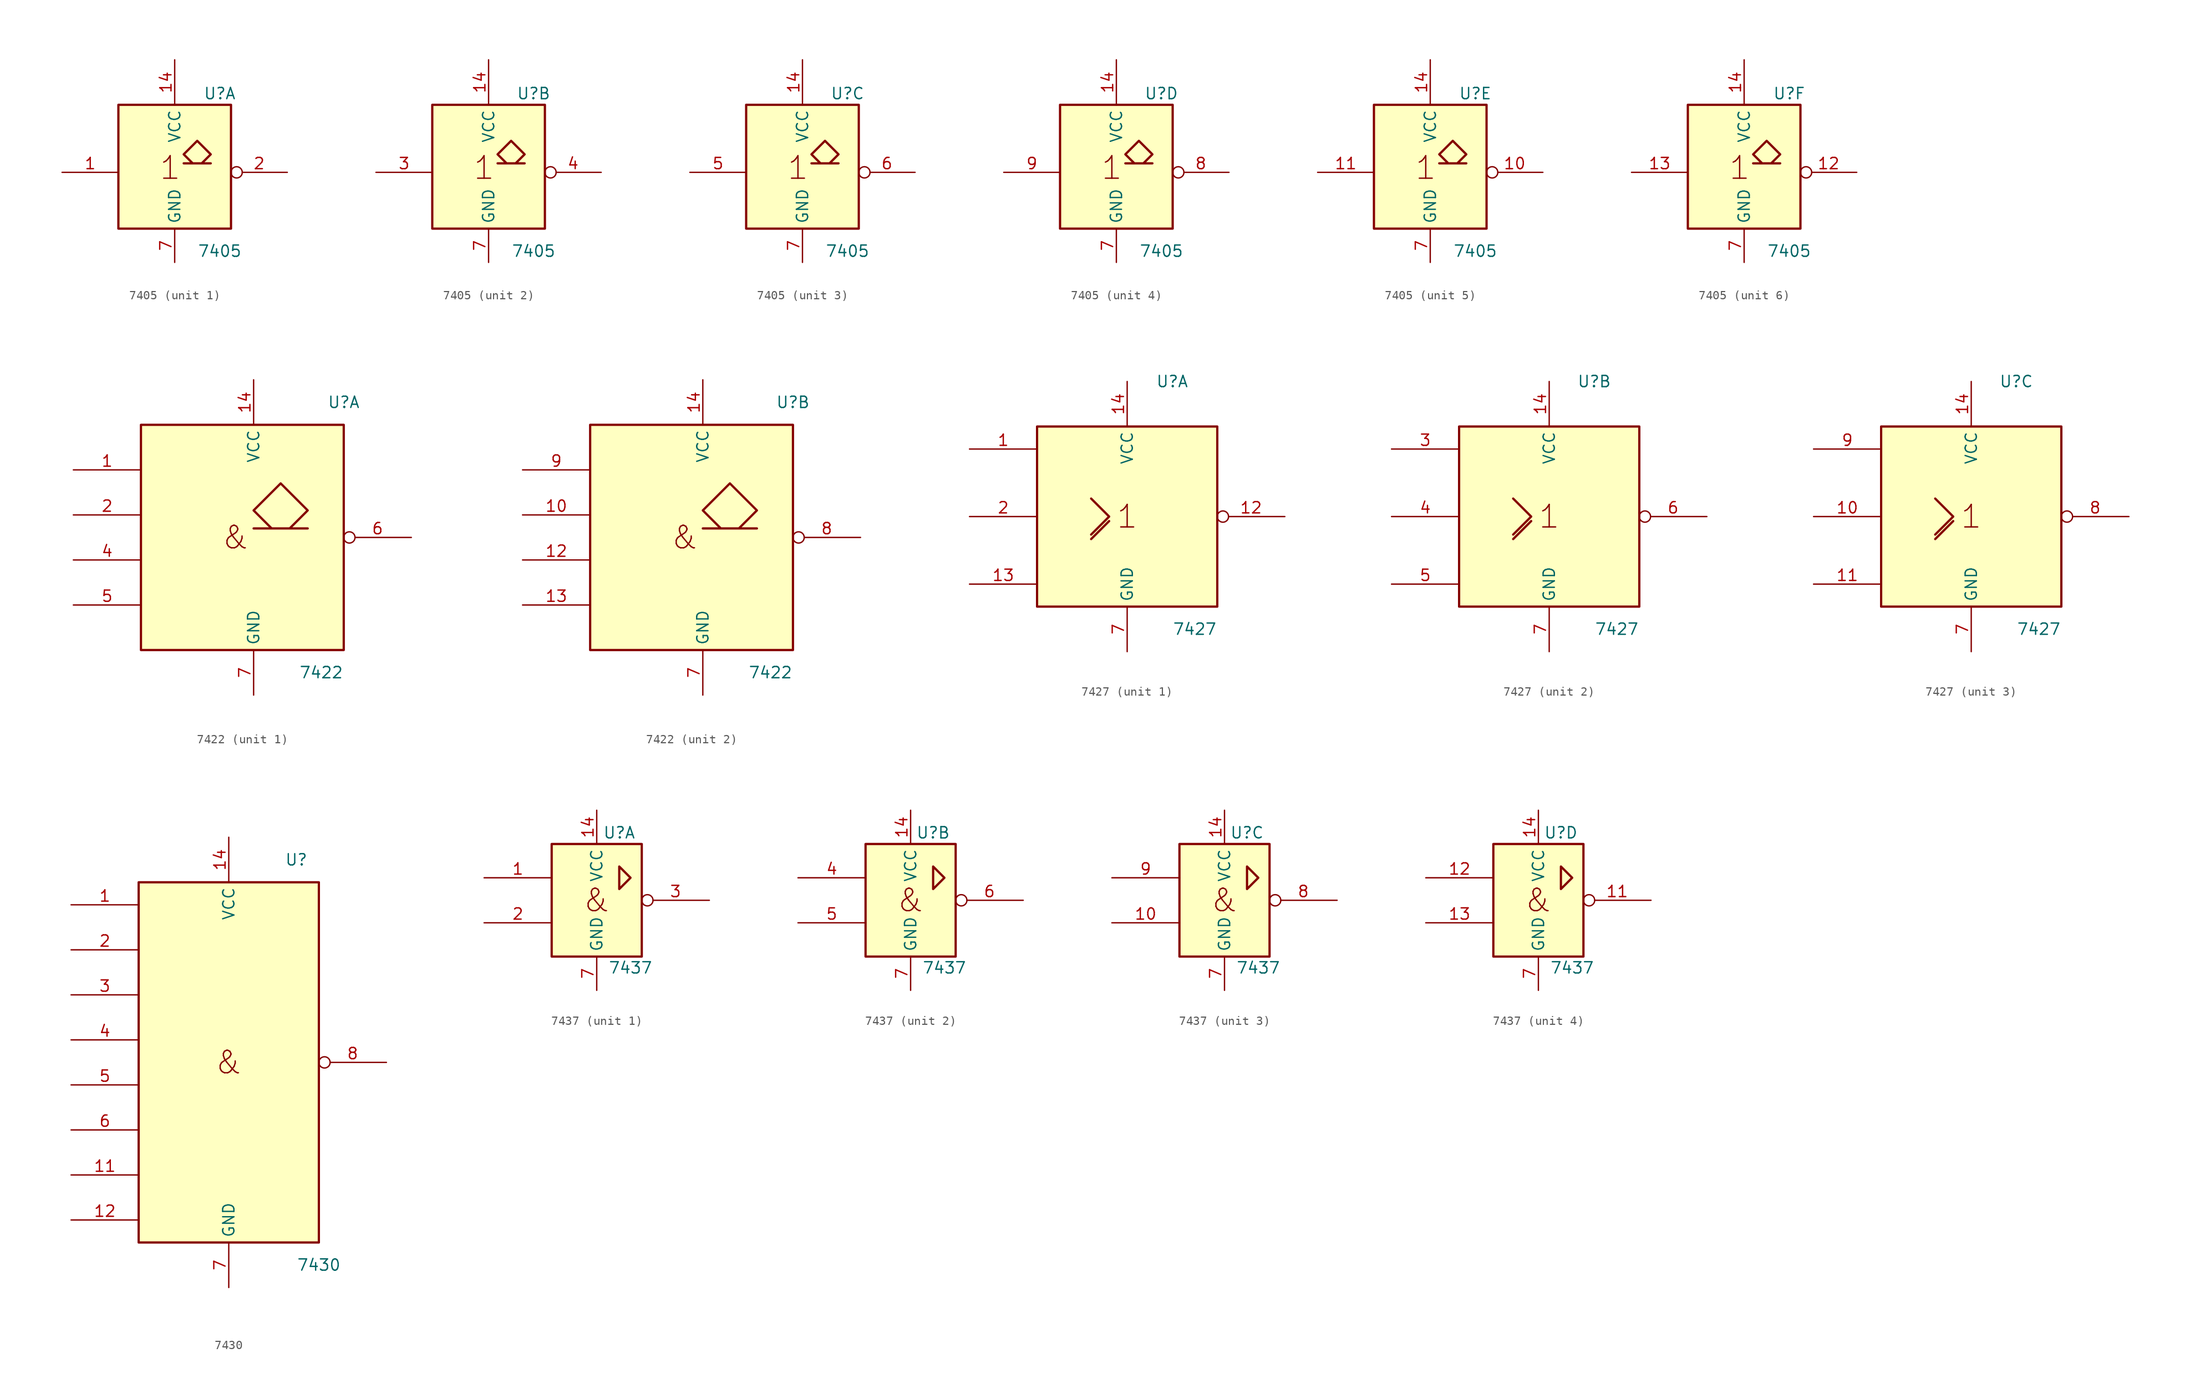
<source format=kicad_sym>
(kicad_symbol_lib
  (version 20220914)
  (generator kicad_symbol_editor)
  (symbol "7405"
    (property "Reference" "U"
      (at 5.08 8.89 0)
      (effects (font (size 1.27 1.27))))
    (property "Value" "7405"
      (at 5.08 -8.89 0)
      (effects (font (size 1.27 1.27))))
    (symbol "7405_0_0"
      (text "1" (at -0.508 0.508 0) (effects (font (size 2.54 2.54)))))
    (symbol "7405_0_1"
      (rectangle (start -6.35 7.62) (end 6.35 -6.35) (stroke (width 0.254) (type default)) (fill (type background)))
      (polyline (pts (xy 3.048 1.016) (xy 4.064 2.032) (xy 2.54 3.556) (xy 1.016 2.032) (xy 2.032 1.016) (xy 1.016 1.016) (xy 4.064 1.016) (xy 4.064 1.016)) (stroke (width 0.254) (type default)) (fill (type background)))
      (pin power_in line (at 0 12.7 270) (length 5.08) (name "VCC" (effects (font (size 1.27 1.27)))) (number "14" (effects (font (size 1.27 1.27)))))
      (pin power_in line (at 0 -10.16 90) (length 3.81) (name "GND" (effects (font (size 1.27 1.27)))) (number "7" (effects (font (size 1.27 1.27))))))
    (symbol "7405_1_1"
      (pin input line (at -12.7 0 0) (length 6.35) (name "~" (effects (font (size 1.27 1.27)))) (number "1" (effects (font (size 1.27 1.27)))))
      (pin open_collector inverted (at 12.7 0 180) (length 6.35) (name "~" (effects (font (size 1.27 1.27)))) (number "2" (effects (font (size 1.27 1.27))))))
    (symbol "7405_2_1"
      (pin input line (at -12.7 0 0) (length 6.35) (name "~" (effects (font (size 1.27 1.27)))) (number "3" (effects (font (size 1.27 1.27)))))
      (pin open_collector inverted (at 12.7 0 180) (length 6.35) (name "~" (effects (font (size 1.27 1.27)))) (number "4" (effects (font (size 1.27 1.27))))))
    (symbol "7405_3_1"
      (pin input line (at -12.7 0 0) (length 6.35) (name "~" (effects (font (size 1.27 1.27)))) (number "5" (effects (font (size 1.27 1.27)))))
      (pin open_collector inverted (at 12.7 0 180) (length 6.35) (name "~" (effects (font (size 1.27 1.27)))) (number "6" (effects (font (size 1.27 1.27))))))
    (symbol "7405_4_1"
      (pin open_collector inverted (at 12.7 0 180) (length 6.35) (name "~" (effects (font (size 1.27 1.27)))) (number "8" (effects (font (size 1.27 1.27)))))
      (pin input line (at -12.7 0 0) (length 6.35) (name "~" (effects (font (size 1.27 1.27)))) (number "9" (effects (font (size 1.27 1.27))))))
    (symbol "7405_5_1"
      (pin open_collector inverted (at 12.7 0 180) (length 6.35) (name "~" (effects (font (size 1.27 1.27)))) (number "10" (effects (font (size 1.27 1.27)))))
      (pin input line (at -12.7 0 0) (length 6.35) (name "~" (effects (font (size 1.27 1.27)))) (number "11" (effects (font (size 1.27 1.27))))))
    (symbol "7405_6_1"
      (pin open_collector inverted (at 12.7 0 180) (length 6.35) (name "~" (effects (font (size 1.27 1.27)))) (number "12" (effects (font (size 1.27 1.27)))))
      (pin input line (at -12.7 0 0) (length 6.35) (name "~" (effects (font (size 1.27 1.27)))) (number "13" (effects (font (size 1.27 1.27)))))))
  (symbol "7422"
    (property "Reference" "U"
      (at 10.16 15.24 0)
      (effects (font (size 1.27 1.27))))
    (property "Value" "7422"
      (at 7.62 -15.24 0)
      (effects (font (size 1.27 1.27))))
    (symbol "7422_0_0"
      (text "&" (at -2.032 0 0) (effects (font (size 2.54 2.54)))))
    (symbol "7422_0_1"
      (rectangle (start -12.7 12.7) (end 10.16 -12.7) (stroke (width 0.254) (type default)) (fill (type background)))
      (polyline (pts (xy 4.064 1.016) (xy 6.096 3.048) (xy 3.048 6.096) (xy 0 3.048) (xy 2.032 1.016) (xy 0 1.016) (xy 6.096 1.016) (xy 6.096 1.016)) (stroke (width 0.254) (type default)) (fill (type background)))
      (pin power_in line (at 0 17.78 270) (length 5.08) (name "VCC" (effects (font (size 1.27 1.27)))) (number "14" (effects (font (size 1.27 1.27)))))
      (pin power_in line (at 0 -17.78 90) (length 5.08) (name "GND" (effects (font (size 1.27 1.27)))) (number "7" (effects (font (size 1.27 1.27))))))
    (symbol "7422_1_1"
      (pin input line (at -20.32 7.62 0) (length 7.62) (name "~" (effects (font (size 1.27 1.27)))) (number "1" (effects (font (size 1.27 1.27)))))
      (pin input line (at -20.32 2.54 0) (length 7.62) (name "~" (effects (font (size 1.27 1.27)))) (number "2" (effects (font (size 1.27 1.27)))))
      (pin input line (at -20.32 -2.54 0) (length 7.62) (name "~" (effects (font (size 1.27 1.27)))) (number "4" (effects (font (size 1.27 1.27)))))
      (pin input line (at -20.32 -7.62 0) (length 7.62) (name "~" (effects (font (size 1.27 1.27)))) (number "5" (effects (font (size 1.27 1.27)))))
      (pin open_collector inverted (at 17.78 0 180) (length 7.62) (name "~" (effects (font (size 1.27 1.27)))) (number "6" (effects (font (size 1.27 1.27))))))
    (symbol "7422_2_1"
      (pin input line (at -20.32 2.54 0) (length 7.62) (name "~" (effects (font (size 1.27 1.27)))) (number "10" (effects (font (size 1.27 1.27)))))
      (pin input line (at -20.32 -2.54 0) (length 7.62) (name "~" (effects (font (size 1.27 1.27)))) (number "12" (effects (font (size 1.27 1.27)))))
      (pin input line (at -20.32 -7.62 0) (length 7.62) (name "~" (effects (font (size 1.27 1.27)))) (number "13" (effects (font (size 1.27 1.27)))))
      (pin open_collector inverted (at 17.78 0 180) (length 7.62) (name "~" (effects (font (size 1.27 1.27)))) (number "8" (effects (font (size 1.27 1.27)))))
      (pin input line (at -20.32 7.62 0) (length 7.62) (name "~" (effects (font (size 1.27 1.27)))) (number "9" (effects (font (size 1.27 1.27)))))))
  (symbol "7427"
    (property "Reference" "U"
      (at 5.08 15.24 0)
      (effects (font (size 1.27 1.27))))
    (property "Value" "7427"
      (at 7.62 -12.7 0)
      (effects (font (size 1.27 1.27))))
    (symbol "7427_0_0"
      (polyline (pts (xy -4.064 -2.54) (xy -2.032 -0.508) (xy -2.032 -0.508)) (stroke (width 0.254) (type default)) (fill (type background)))
      (polyline (pts (xy -4.064 2.032) (xy -2.032 0) (xy -4.064 -2.032) (xy -4.064 -2.032)) (stroke (width 0.254) (type default)) (fill (type background)))
      (text "1" (at 0 0 0) (effects (font (size 2.54 2.54)))))
    (symbol "7427_0_1"
      (rectangle (start -10.16 10.16) (end 10.16 -10.16) (stroke (width 0.254) (type default)) (fill (type background)))
      (pin power_in line (at 0 15.24 270) (length 5.08) (name "VCC" (effects (font (size 1.27 1.27)))) (number "14" (effects (font (size 1.27 1.27)))))
      (pin power_in line (at 0 -15.24 90) (length 5.08) (name "GND" (effects (font (size 1.27 1.27)))) (number "7" (effects (font (size 1.27 1.27))))))
    (symbol "7427_1_1"
      (pin input line (at -17.78 7.62 0) (length 7.62) (name "~" (effects (font (size 1.27 1.27)))) (number "1" (effects (font (size 1.27 1.27)))))
      (pin output inverted (at 17.78 0 180) (length 7.62) (name "~" (effects (font (size 1.27 1.27)))) (number "12" (effects (font (size 1.27 1.27)))))
      (pin input line (at -17.78 -7.62 0) (length 7.62) (name "~" (effects (font (size 1.27 1.27)))) (number "13" (effects (font (size 1.27 1.27)))))
      (pin input line (at -17.78 0 0) (length 7.62) (name "~" (effects (font (size 1.27 1.27)))) (number "2" (effects (font (size 1.27 1.27))))))
    (symbol "7427_2_1"
      (pin input line (at -17.78 7.62 0) (length 7.62) (name "~" (effects (font (size 1.27 1.27)))) (number "3" (effects (font (size 1.27 1.27)))))
      (pin input line (at -17.78 0 0) (length 7.62) (name "~" (effects (font (size 1.27 1.27)))) (number "4" (effects (font (size 1.27 1.27)))))
      (pin input line (at -17.78 -7.62 0) (length 7.62) (name "~" (effects (font (size 1.27 1.27)))) (number "5" (effects (font (size 1.27 1.27)))))
      (pin output inverted (at 17.78 0 180) (length 7.62) (name "~" (effects (font (size 1.27 1.27)))) (number "6" (effects (font (size 1.27 1.27))))))
    (symbol "7427_3_1"
      (pin input line (at -17.78 0 0) (length 7.62) (name "~" (effects (font (size 1.27 1.27)))) (number "10" (effects (font (size 1.27 1.27)))))
      (pin input line (at -17.78 -7.62 0) (length 7.62) (name "~" (effects (font (size 1.27 1.27)))) (number "11" (effects (font (size 1.27 1.27)))))
      (pin output inverted (at 17.78 0 180) (length 7.62) (name "~" (effects (font (size 1.27 1.27)))) (number "8" (effects (font (size 1.27 1.27)))))
      (pin input line (at -17.78 7.62 0) (length 7.62) (name "~" (effects (font (size 1.27 1.27)))) (number "9" (effects (font (size 1.27 1.27)))))))
  (symbol "7430"
    (property "Reference" "U"
      (at 7.62 22.86 0)
      (effects (font (size 1.27 1.27))))
    (property "Value" "7430"
      (at 10.16 -22.86 0)
      (effects (font (size 1.27 1.27))))
    (symbol "7430_0_0"
      (text "&" (at 0 0 0) (effects (font (size 2.54 2.54)))))
    (symbol "7430_0_1"
      (rectangle (start -10.16 20.32) (end 10.16 -20.32) (stroke (width 0.254) (type default)) (fill (type background)))
      (pin power_in line (at 0 25.4 270) (length 5.08) (name "VCC" (effects (font (size 1.27 1.27)))) (number "14" (effects (font (size 1.27 1.27)))))
      (pin power_in line (at 0 -25.4 90) (length 5.08) (name "GND" (effects (font (size 1.27 1.27)))) (number "7" (effects (font (size 1.27 1.27))))))
    (symbol "7430_1_1"
      (pin input line (at -17.78 17.78 0) (length 7.62) (name "~" (effects (font (size 1.27 1.27)))) (number "1" (effects (font (size 1.27 1.27)))))
      (pin input line (at -17.78 -12.7 0) (length 7.62) (name "~" (effects (font (size 1.27 1.27)))) (number "11" (effects (font (size 1.27 1.27)))))
      (pin input line (at -17.78 -17.78 0) (length 7.62) (name "~" (effects (font (size 1.27 1.27)))) (number "12" (effects (font (size 1.27 1.27)))))
      (pin input line (at -17.78 12.7 0) (length 7.62) (name "~" (effects (font (size 1.27 1.27)))) (number "2" (effects (font (size 1.27 1.27)))))
      (pin input line (at -17.78 7.62 0) (length 7.62) (name "~" (effects (font (size 1.27 1.27)))) (number "3" (effects (font (size 1.27 1.27)))))
      (pin input line (at -17.78 2.54 0) (length 7.62) (name "~" (effects (font (size 1.27 1.27)))) (number "4" (effects (font (size 1.27 1.27)))))
      (pin input line (at -17.78 -2.54 0) (length 7.62) (name "~" (effects (font (size 1.27 1.27)))) (number "5" (effects (font (size 1.27 1.27)))))
      (pin input line (at -17.78 -7.62 0) (length 7.62) (name "~" (effects (font (size 1.27 1.27)))) (number "6" (effects (font (size 1.27 1.27)))))
      (pin output inverted (at 17.78 0 180) (length 7.62) (name "~" (effects (font (size 1.27 1.27)))) (number "8" (effects (font (size 1.27 1.27)))))))
  (symbol "7437"
    (property "Reference" "U"
      (at 2.54 7.62 0)
      (effects (font (size 1.27 1.27))))
    (property "Value" "7437"
      (at 3.81 -7.62 0)
      (effects (font (size 1.27 1.27))))
    (symbol "7437_0_0"
      (polyline (pts (xy 2.54 3.81) (xy 2.54 1.27) (xy 3.81 2.54) (xy 2.54 3.81) (xy 2.54 3.81)) (stroke (width 0.254) (type default)) (fill (type background)))
      (text "&" (at 0 0 0) (effects (font (size 2.54 2.54))))
      (pin power_in line (at 0 -10.16 90) (length 3.81) (name "GND" (effects (font (size 1.27 1.27)))) (number "7" (effects (font (size 1.27 1.27))))))
    (symbol "7437_0_1"
      (rectangle (start -5.08 6.35) (end 5.08 -6.35) (stroke (width 0.254) (type default)) (fill (type background)))
      (pin power_in line (at 0 10.16 270) (length 3.81) (name "VCC" (effects (font (size 1.27 1.27)))) (number "14" (effects (font (size 1.27 1.27))))))
    (symbol "7437_1_1"
      (pin input line (at -12.7 2.54 0) (length 7.62) (name "~" (effects (font (size 1.27 1.27)))) (number "1" (effects (font (size 1.27 1.27)))))
      (pin input line (at -12.7 -2.54 0) (length 7.62) (name "~" (effects (font (size 1.27 1.27)))) (number "2" (effects (font (size 1.27 1.27)))))
      (pin output inverted (at 12.7 0 180) (length 7.62) (name "~" (effects (font (size 1.27 1.27)))) (number "3" (effects (font (size 1.27 1.27))))))
    (symbol "7437_2_1"
      (pin input line (at -12.7 2.54 0) (length 7.62) (name "~" (effects (font (size 1.27 1.27)))) (number "4" (effects (font (size 1.27 1.27)))))
      (pin input line (at -12.7 -2.54 0) (length 7.62) (name "~" (effects (font (size 1.27 1.27)))) (number "5" (effects (font (size 1.27 1.27)))))
      (pin output inverted (at 12.7 0 180) (length 7.62) (name "~" (effects (font (size 1.27 1.27)))) (number "6" (effects (font (size 1.27 1.27))))))
    (symbol "7437_3_1"
      (pin input line (at -12.7 -2.54 0) (length 7.62) (name "~" (effects (font (size 1.27 1.27)))) (number "10" (effects (font (size 1.27 1.27)))))
      (pin output inverted (at 12.7 0 180) (length 7.62) (name "~" (effects (font (size 1.27 1.27)))) (number "8" (effects (font (size 1.27 1.27)))))
      (pin input line (at -12.7 2.54 0) (length 7.62) (name "~" (effects (font (size 1.27 1.27)))) (number "9" (effects (font (size 1.27 1.27))))))
    (symbol "7437_4_1"
      (pin output inverted (at 12.7 0 180) (length 7.62) (name "~" (effects (font (size 1.27 1.27)))) (number "11" (effects (font (size 1.27 1.27)))))
      (pin input line (at -12.7 2.54 0) (length 7.62) (name "~" (effects (font (size 1.27 1.27)))) (number "12" (effects (font (size 1.27 1.27)))))
      (pin input line (at -12.7 -2.54 0) (length 7.62) (name "~" (effects (font (size 1.27 1.27)))) (number "13" (effects (font (size 1.27 1.27))))))))
</source>
